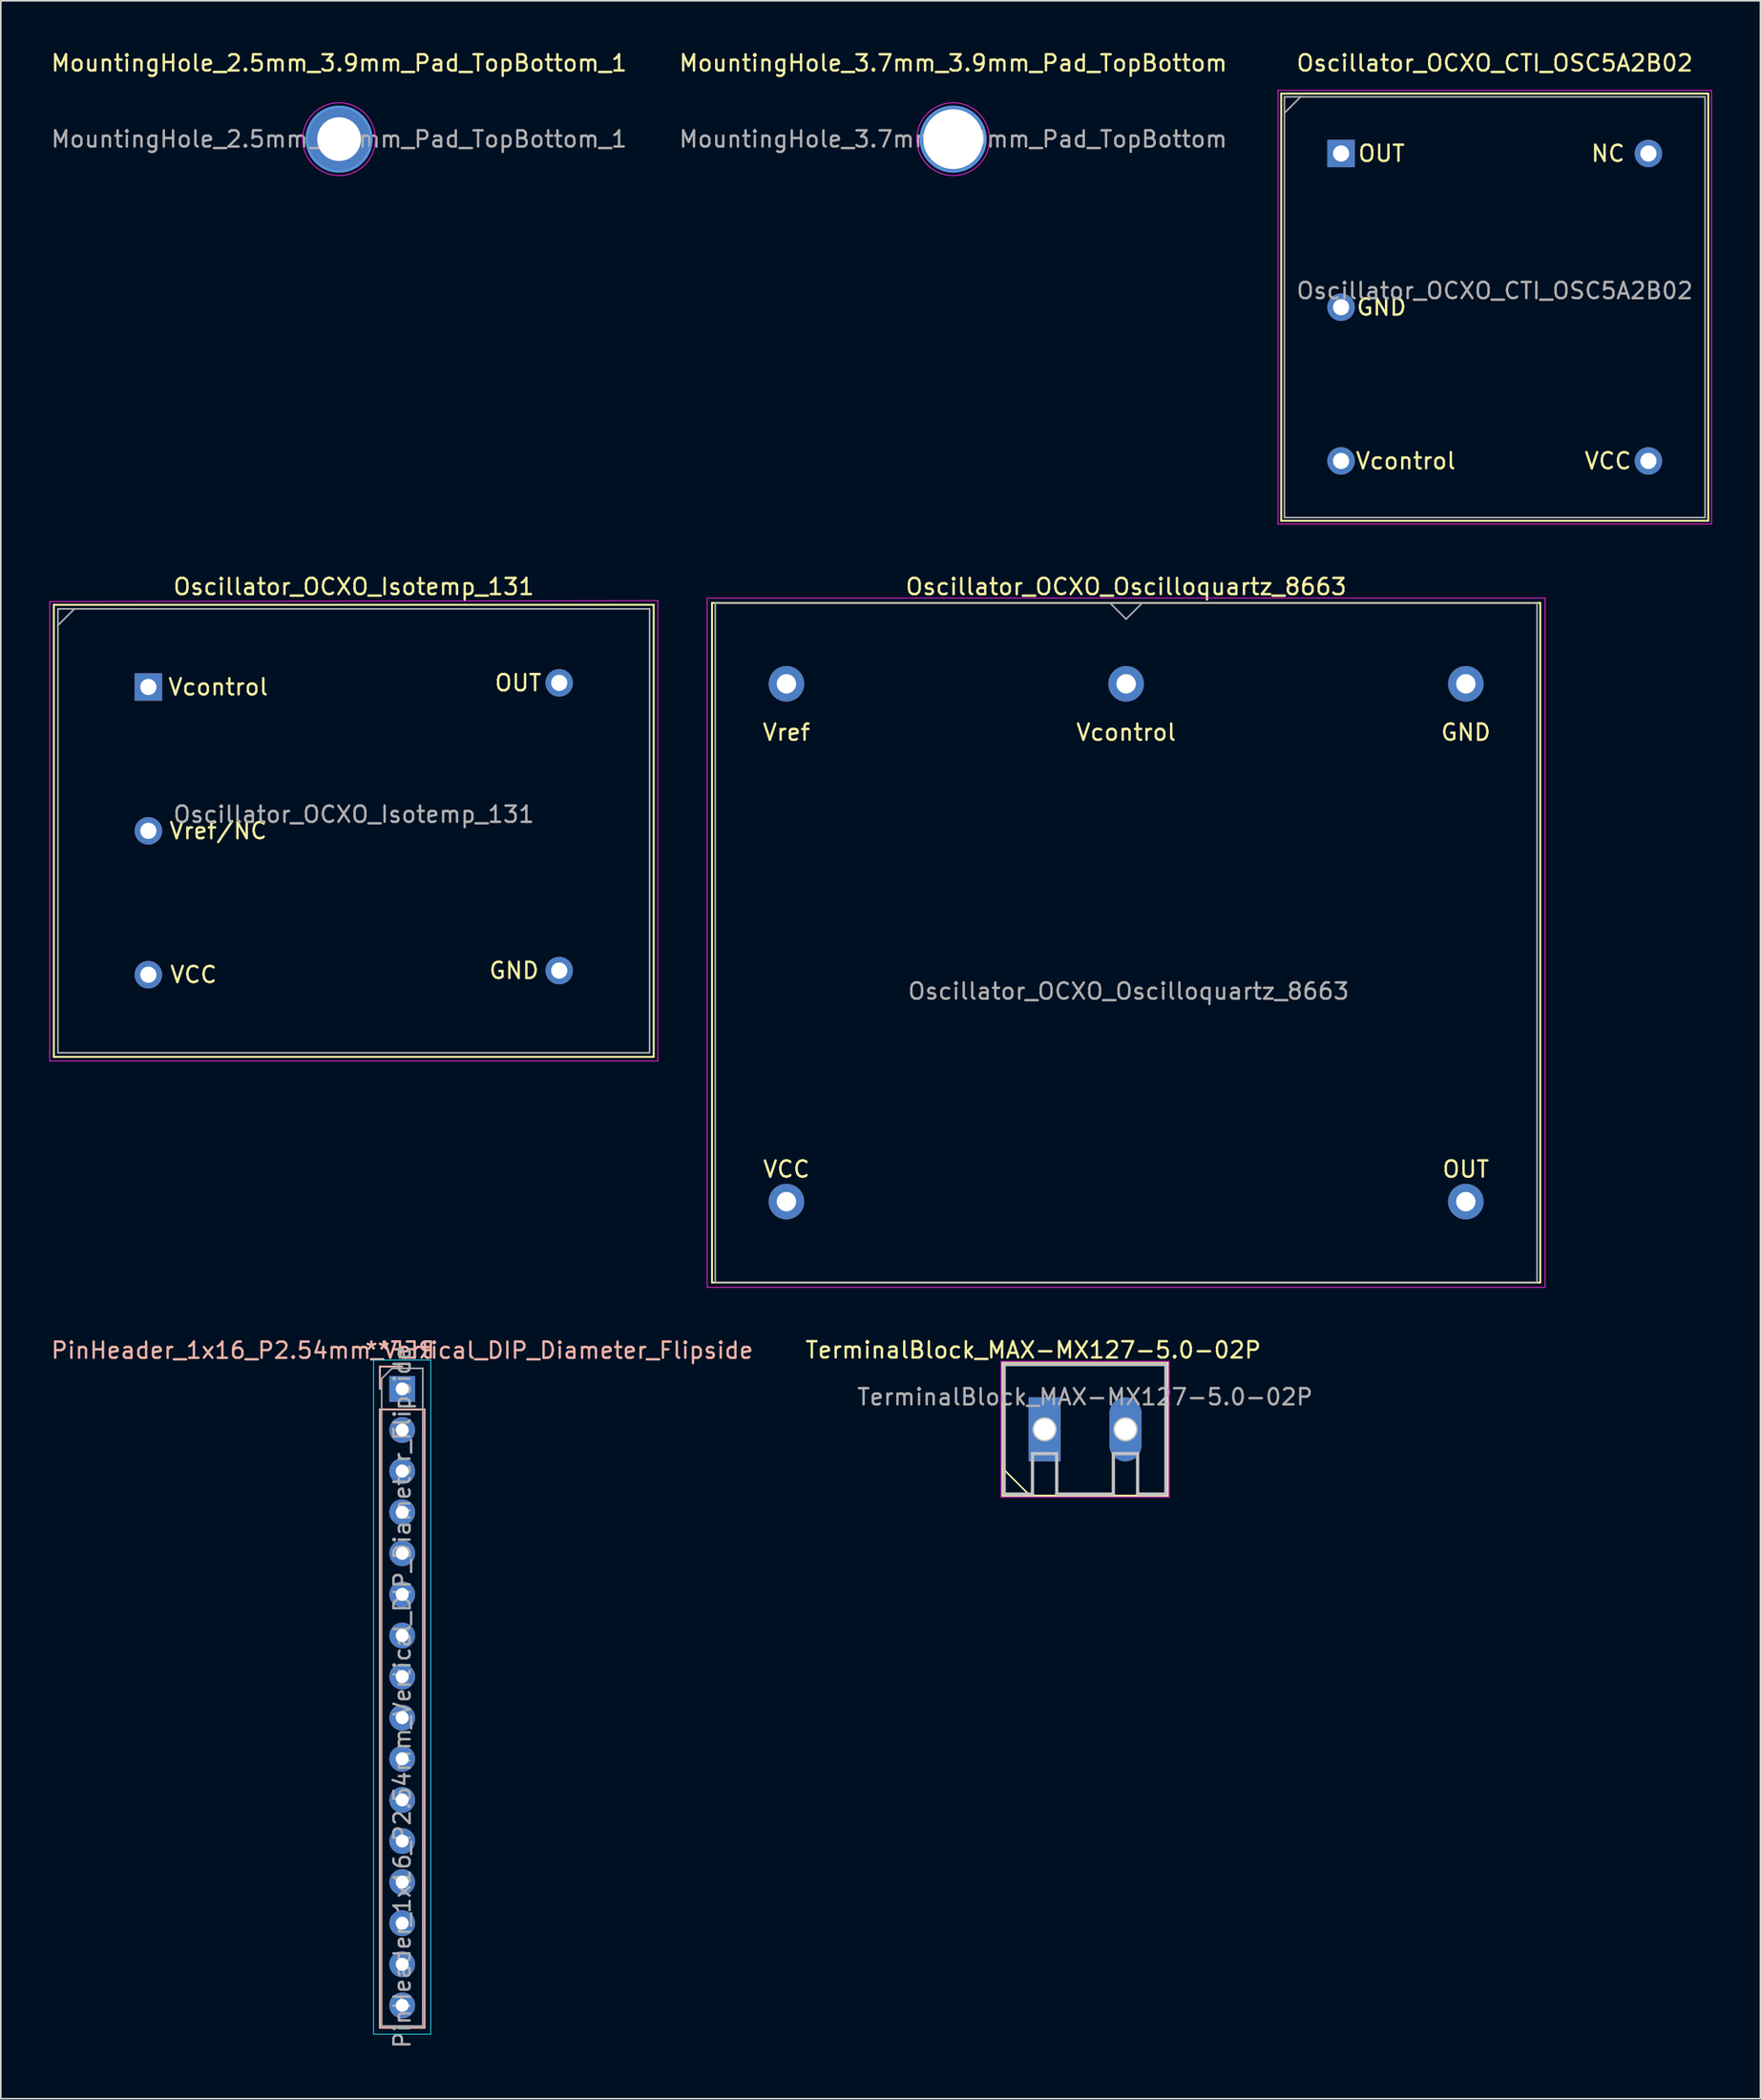
<source format=kicad_pcb>
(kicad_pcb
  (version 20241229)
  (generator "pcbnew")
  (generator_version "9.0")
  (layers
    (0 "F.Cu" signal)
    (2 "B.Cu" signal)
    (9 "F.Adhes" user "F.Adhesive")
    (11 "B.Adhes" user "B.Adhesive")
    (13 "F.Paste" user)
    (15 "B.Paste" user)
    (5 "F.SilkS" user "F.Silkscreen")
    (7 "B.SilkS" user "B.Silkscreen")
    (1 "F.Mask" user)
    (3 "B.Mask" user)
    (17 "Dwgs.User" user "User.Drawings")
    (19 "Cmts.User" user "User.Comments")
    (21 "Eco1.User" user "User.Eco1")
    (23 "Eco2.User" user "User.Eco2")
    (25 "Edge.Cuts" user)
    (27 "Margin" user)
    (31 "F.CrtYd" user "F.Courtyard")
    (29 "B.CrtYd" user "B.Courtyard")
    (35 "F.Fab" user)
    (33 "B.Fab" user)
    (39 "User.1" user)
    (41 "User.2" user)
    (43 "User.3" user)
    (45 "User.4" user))
  (footprint "Oscillator_OCXO_CTI_OSC5A2B02"
    (layer "F.Cu")
    (at 89.354 15.935)
    (property "Reference" "Oscillator_OCXO_CTI_OSC5A2B02" (at 0 -15.087 0) (layer "F.SilkS") (effects (font (size 1 1) (thickness 0.15))))
    (attr through_hole)
    (fp_line (start -13.2 -13.2) (end -13.2 13.2) (stroke (width 0.12) (type solid)) (layer "F.SilkS"))
    (fp_line (start -13.2 13.2) (end 13.2 13.2) (stroke (width 0.12) (type solid)) (layer "F.SilkS"))
    (fp_line (start 13.2 -13.2) (end -13.2 -13.2) (stroke (width 0.12) (type solid)) (layer "F.SilkS"))
    (fp_line (start 13.2 13.2) (end 13.2 -13.2) (stroke (width 0.12) (type solid)) (layer "F.SilkS"))
    (fp_line (start -13.4 -13.4) (end -13.4 13.4) (stroke (width 0.05) (type solid)) (layer "F.CrtYd"))
    (fp_line (start -13.4 -13.4) (end 13.4 -13.4) (stroke (width 0.05) (type solid)) (layer "F.CrtYd"))
    (fp_line (start 13.4 13.4) (end -13.4 13.4) (stroke (width 0.05) (type solid)) (layer "F.CrtYd"))
    (fp_line (start 13.4 13.4) (end 13.4 -13.4) (stroke (width 0.05) (type solid)) (layer "F.CrtYd"))
    (fp_line (start -13 -13) (end 13 -13) (stroke (width 0.1) (type solid)) (layer "F.Fab"))
    (fp_line (start -13 -12) (end -11.975 -13.025) (stroke (width 0.1) (type solid)) (layer "F.Fab"))
    (fp_line (start -13 13) (end -13 -13) (stroke (width 0.1) (type solid)) (layer "F.Fab"))
    (fp_line (start 13 -13) (end 13 13) (stroke (width 0.1) (type solid)) (layer "F.Fab"))
    (fp_line (start 13 13) (end -13 13) (stroke (width 0.1) (type solid)) (layer "F.Fab"))
    (fp_text user "VCC" (at 7 9.5 0) (layer "F.SilkS") (effects (font (size 1 1) (thickness 0.15))))
    (fp_text user "GND" (at -7 0 0) (layer "F.SilkS") (effects (font (size 1 1) (thickness 0.15))))
    (fp_text user "OUT" (at -7 -9.5 0) (layer "F.SilkS") (effects (font (size 1 1) (thickness 0.15))))
    (fp_text user "Vcontrol" (at -5.5 9.5 0) (layer "F.SilkS") (effects (font (size 1 1) (thickness 0.15))))
    (fp_text user "NC" (at 7 -9.5 0) (layer "F.SilkS") (effects (font (size 1 1) (thickness 0.15))))
    (fp_text user "${REFERENCE}" (at 0 -1.016 0) (layer "F.Fab") (effects (font (size 1 1) (thickness 0.15))))
    (pad "1" thru_hole rect (at -9.5 -9.5 270) (size 1.7 1.7) (drill 1) (layers "*.Cu" "*.Mask"))
    (pad "2" thru_hole circle (at -9.5 0 270) (size 1.7 1.7) (drill 1) (layers "*.Cu" "*.Mask"))
    (pad "3" thru_hole circle (at -9.5 9.5 270) (size 1.7 1.7) (drill 1) (layers "*.Cu" "*.Mask"))
    (pad "4" thru_hole circle (at 9.5 -9.5 270) (size 1.7 1.7) (drill 1) (layers "*.Cu" "*.Mask"))
    (pad "5" thru_hole circle (at 9.5 9.5 270) (size 1.7 1.7) (drill 1) (layers "*.Cu" "*.Mask")))
  (footprint "MountingHole_3.7mm_3.9mm_Pad_TopBottom"
    (layer "F.Cu")
    (at 55.875 5.548)
    (property "Reference" "MountingHole_3.7mm_3.9mm_Pad_TopBottom" (at 0 -4.7 0) (layer "F.SilkS") (effects (font (size 1 1) (thickness 0.15))))
    (attr exclude_from_pos_files exclude_from_bom)
    (fp_circle (center 0 0) (end 2 0) (stroke (width 0.15) (type solid)) (fill no) (layer "Cmts.User"))
    (fp_circle (center 0 0) (end 2.25 0) (stroke (width 0.05) (type solid)) (fill no) (layer "F.CrtYd"))
    (fp_text user "${REFERENCE}" (at 0 0 0) (layer "F.Fab") (effects (font (size 1 1) (thickness 0.15))))
    (pad "1" connect circle (at 0 0) (size 3.9 3.9) (layers "F.Cu" "F.Mask"))
    (pad "1" connect circle (at 0 0) (size 3.9 3.9) (layers "B.Cu" "B.Mask"))
    (pad "1" thru_hole circle (at 0 0) (size 4.1 4.1) (drill 3.7) (layers "*.Cu" "*.Mask")))
  (footprint "Oscillator_OCXO_Oscilloquartz_8663"
    (layer "F.Cu")
    (at 66.567 55.209)
    (property "Reference" "Oscillator_OCXO_Oscilloquartz_8663" (at 0 -22 0) (layer "F.SilkS") (effects (font (size 1 1) (thickness 0.15))))
    (attr through_hole)
    (fp_line (start -25.6 -21) (end -25.6 21) (stroke (width 0.12) (type solid)) (layer "F.SilkS"))
    (fp_line (start -25.6 21) (end 25.6 21) (stroke (width 0.12) (type solid)) (layer "F.SilkS"))
    (fp_line (start 25.6 -21) (end -25.6 -21) (stroke (width 0.12) (type solid)) (layer "F.SilkS"))
    (fp_line (start 25.6 21) (end 25.6 -21) (stroke (width 0.12) (type solid)) (layer "F.SilkS"))
    (fp_line (start -25.9 -21.3) (end -25.9 21.3) (stroke (width 0.05) (type solid)) (layer "F.CrtYd"))
    (fp_line (start -25.9 -21.3) (end 25.9 -21.3) (stroke (width 0.05) (type solid)) (layer "F.CrtYd"))
    (fp_line (start 25.9 21.3) (end -25.9 21.3) (stroke (width 0.05) (type solid)) (layer "F.CrtYd"))
    (fp_line (start 25.9 21.3) (end 25.9 -21.3) (stroke (width 0.05) (type solid)) (layer "F.CrtYd"))
    (fp_line (start -25.4 -21) (end 25.4 -21) (stroke (width 0.1) (type solid)) (layer "F.Fab"))
    (fp_line (start -25.4 21) (end -25.4 -21) (stroke (width 0.1) (type solid)) (layer "F.Fab"))
    (fp_line (start -1 -21) (end 0 -20) (stroke (width 0.1) (type solid)) (layer "F.Fab"))
    (fp_line (start 0 -20) (end 1 -21) (stroke (width 0.1) (type solid)) (layer "F.Fab"))
    (fp_line (start 25.4 -21) (end 25.4 21) (stroke (width 0.1) (type solid)) (layer "F.Fab"))
    (fp_line (start 25.4 21) (end -25.4 21) (stroke (width 0.1) (type solid)) (layer "F.Fab"))
    (fp_text user "VCC" (at -21 14 0) (layer "F.SilkS") (effects (font (size 1 1) (thickness 0.15))))
    (fp_text user "GND" (at 21 -13 0) (layer "F.SilkS") (effects (font (size 1 1) (thickness 0.15))))
    (fp_text user "Vref" (at -21 -13 0) (layer "F.SilkS") (effects (font (size 1 1) (thickness 0.15))))
    (fp_text user "OUT" (at 21 14 0) (layer "F.SilkS") (effects (font (size 1 1) (thickness 0.15))))
    (fp_text user "Vcontrol" (at 0 -13 0) (layer "F.SilkS") (effects (font (size 1 1) (thickness 0.15))))
    (fp_text user "${REFERENCE}" (at 0.15 3 0) (layer "F.Fab") (effects (font (size 1 1) (thickness 0.15))))
    (pad "1" thru_hole circle (at 21 -16) (size 2.2 2.2) (drill 1.2) (layers "*.Cu" "*.Mask"))
    (pad "2" thru_hole circle (at 0 -16) (size 2.2 2.2) (drill 1.2) (layers "*.Cu" "*.Mask"))
    (pad "3" thru_hole circle (at -21 -16) (size 2.2 2.2) (drill 1.2) (layers "*.Cu" "*.Mask"))
    (pad "4" thru_hole circle (at -21 16) (size 2.2 2.2) (drill 1.2) (layers "*.Cu" "*.Mask"))
    (pad "5" thru_hole circle (at 21 16) (size 2.2 2.2) (drill 1.2) (layers "*.Cu" "*.Mask")))
  (footprint "MountingHole_2.5mm_3.9mm_Pad_TopBottom_1"
    (layer "F.Cu")
    (at 17.911 5.548)
    (property "Reference" "MountingHole_2.5mm_3.9mm_Pad_TopBottom_1" (at 0 -4.7 0) (layer "F.SilkS") (effects (font (size 1 1) (thickness 0.15))))
    (attr exclude_from_pos_files exclude_from_bom)
    (fp_circle (center 0 0) (end 2 0) (stroke (width 0.15) (type solid)) (fill no) (layer "Cmts.User"))
    (fp_circle (center 0 0) (end 2.25 0) (stroke (width 0.05) (type solid)) (fill no) (layer "F.CrtYd"))
    (fp_text user "${REFERENCE}" (at 0 0 0) (layer "F.Fab") (effects (font (size 1 1) (thickness 0.15))))
    (pad "1" connect circle (at 0 0) (size 3.9 3.9) (layers "F.Cu" "F.Mask"))
    (pad "1" connect circle (at 0 0) (size 3.9 3.9) (layers "B.Cu" "B.Mask"))
    (pad "1" thru_hole circle (at 0 0) (size 4.1 4.1) (drill 2.7) (layers "*.Cu" "*.Mask")))
  (footprint "PinHeader_1x16_P2.54mm_Vertical_DIP_Diameter_Flipside"
    (layer "F.Cu")
    (at 21.815 82.784)
    (property "Reference" "PinHeader_1x16_P2.54mm_Vertical_DIP_Diameter_Flipside" (at 0 -2.38 0) (layer "B.SilkS") (effects (font (size 1 1) (thickness 0.15))))
    (attr through_hole)
    (fp_line (start -1.38 -1.38) (end 0 -1.38) (stroke (width 0.12) (type solid)) (layer "B.SilkS"))
    (fp_line (start -1.38 0) (end -1.38 -1.38) (stroke (width 0.12) (type solid)) (layer "B.SilkS"))
    (fp_line (start -1.38 1.27) (end -1.38 39.48) (stroke (width 0.12) (type solid)) (layer "B.SilkS"))
    (fp_line (start -1.38 1.27) (end 1.38 1.27) (stroke (width 0.12) (type solid)) (layer "B.SilkS"))
    (fp_line (start -1.38 39.48) (end 1.38 39.48) (stroke (width 0.12) (type solid)) (layer "B.SilkS"))
    (fp_line (start 1.38 1.27) (end 1.38 39.48) (stroke (width 0.12) (type solid)) (layer "B.SilkS"))
    (fp_line (start -1.77 -1.78) (end -1.77 39.88) (stroke (width 0.05) (type solid)) (layer "B.CrtYd"))
    (fp_line (start -1.77 39.88) (end 1.77 39.88) (stroke (width 0.05) (type solid)) (layer "B.CrtYd"))
    (fp_line (start 1.77 -1.78) (end -1.77 -1.78) (stroke (width 0.05) (type solid)) (layer "B.CrtYd"))
    (fp_line (start 1.77 39.88) (end 1.77 -1.78) (stroke (width 0.05) (type solid)) (layer "B.CrtYd"))
    (fp_line (start -1.27 -0.635) (end -0.635 -1.27) (stroke (width 0.1) (type solid)) (layer "F.Fab"))
    (fp_line (start -1.27 39.37) (end -1.27 -0.635) (stroke (width 0.1) (type solid)) (layer "F.Fab"))
    (fp_line (start -0.635 -1.27) (end 1.27 -1.27) (stroke (width 0.1) (type solid)) (layer "F.Fab"))
    (fp_line (start 1.27 -1.27) (end 1.27 39.37) (stroke (width 0.1) (type solid)) (layer "F.Fab"))
    (fp_line (start 1.27 39.37) (end -1.27 39.37) (stroke (width 0.1) (type solid)) (layer "F.Fab"))
    (fp_text user "REF**" (at 2.1 -1.8 0) (unlocked yes) (layer "B.SilkS") (effects (font (size 1 1) (thickness 0.15)) (justify left bottom mirror)))
    (fp_text user "${REFERENCE}" (at 0 19.05 90) (layer "F.Fab") (effects (font (size 1 1) (thickness 0.15))))
    (pad "1" thru_hole rect (at 0 0) (size 1.6 1.6) (drill 0.8) (layers "*.Cu" "*.Mask"))
    (pad "2" thru_hole circle (at 0 2.54) (size 1.6 1.6) (drill 0.8) (layers "*.Cu" "*.Mask"))
    (pad "3" thru_hole circle (at 0 5.08) (size 1.6 1.6) (drill 0.8) (layers "*.Cu" "*.Mask"))
    (pad "4" thru_hole circle (at 0 7.62) (size 1.6 1.6) (drill 0.8) (layers "*.Cu" "*.Mask"))
    (pad "5" thru_hole circle (at 0 10.16) (size 1.6 1.6) (drill 0.8) (layers "*.Cu" "*.Mask"))
    (pad "6" thru_hole circle (at 0 12.7) (size 1.6 1.6) (drill 0.8) (layers "*.Cu" "*.Mask"))
    (pad "7" thru_hole circle (at 0 15.24) (size 1.6 1.6) (drill 0.8) (layers "*.Cu" "*.Mask"))
    (pad "8" thru_hole circle (at 0 17.78) (size 1.6 1.6) (drill 0.8) (layers "*.Cu" "*.Mask"))
    (pad "9" thru_hole circle (at 0 20.32) (size 1.6 1.6) (drill 0.8) (layers "*.Cu" "*.Mask"))
    (pad "10" thru_hole circle (at 0 22.86) (size 1.6 1.6) (drill 0.8) (layers "*.Cu" "*.Mask"))
    (pad "11" thru_hole circle (at 0 25.4) (size 1.6 1.6) (drill 0.8) (layers "*.Cu" "*.Mask"))
    (pad "12" thru_hole circle (at 0 27.94) (size 1.6 1.6) (drill 0.8) (layers "*.Cu" "*.Mask"))
    (pad "13" thru_hole circle (at 0 30.48) (size 1.6 1.6) (drill 0.8) (layers "*.Cu" "*.Mask"))
    (pad "14" thru_hole circle (at 0 33.02) (size 1.6 1.6) (drill 0.8) (layers "*.Cu" "*.Mask"))
    (pad "15" thru_hole circle (at 0 35.56) (size 1.6 1.6) (drill 0.8) (layers "*.Cu" "*.Mask"))
    (pad "16" thru_hole circle (at 0 38.1) (size 1.6 1.6) (drill 0.8) (layers "*.Cu" "*.Mask")))
  (footprint "Oscillator_OCXO_Isotemp_131"
    (layer "F.Cu")
    (at 18.821 48.295)
    (property "Reference" "Oscillator_OCXO_Isotemp_131" (at 0 -15.087 0) (layer "F.SilkS") (effects (font (size 1 1) (thickness 0.15))))
    (attr through_hole)
    (fp_line (start -18.542 -13.97) (end -18.542 13.97) (stroke (width 0.12) (type solid)) (layer "F.SilkS"))
    (fp_line (start -18.542 13.97) (end 18.542 13.97) (stroke (width 0.12) (type solid)) (layer "F.SilkS"))
    (fp_line (start 18.542 -13.97) (end -18.542 -13.97) (stroke (width 0.12) (type solid)) (layer "F.SilkS"))
    (fp_line (start 18.542 13.97) (end 18.542 -13.97) (stroke (width 0.12) (type solid)) (layer "F.SilkS"))
    (fp_line (start -18.796 -14.167) (end -18.796 14.224) (stroke (width 0.05) (type solid)) (layer "F.CrtYd"))
    (fp_line (start -18.796 -14.167) (end 18.796 -14.224) (stroke (width 0.05) (type solid)) (layer "F.CrtYd"))
    (fp_line (start 18.796 14.224) (end -18.796 14.224) (stroke (width 0.05) (type solid)) (layer "F.CrtYd"))
    (fp_line (start 18.796 14.224) (end 18.796 -14.224) (stroke (width 0.05) (type solid)) (layer "F.CrtYd"))
    (fp_line (start -18.293 -12.695) (end -17.267 -13.72) (stroke (width 0.1) (type solid)) (layer "F.Fab"))
    (fp_line (start -18.288 -13.716) (end 18.288 -13.716) (stroke (width 0.1) (type solid)) (layer "F.Fab"))
    (fp_line (start -18.288 13.716) (end -18.288 -13.716) (stroke (width 0.1) (type solid)) (layer "F.Fab"))
    (fp_line (start 18.288 -13.716) (end 18.288 13.716) (stroke (width 0.1) (type solid)) (layer "F.Fab"))
    (fp_line (start 18.288 13.716) (end -18.288 13.716) (stroke (width 0.1) (type solid)) (layer "F.Fab"))
    (fp_text user "GND" (at 9.906 8.636 0) (layer "F.SilkS") (effects (font (size 1 1) (thickness 0.15))))
    (fp_text user "VCC" (at -9.906 8.89 0) (layer "F.SilkS") (effects (font (size 1 1) (thickness 0.15))))
    (fp_text user "Vcontrol" (at -8.382 -8.89 0) (layer "F.SilkS") (effects (font (size 1 1) (thickness 0.15))))
    (fp_text user "Vref/NC" (at -8.382 0 0) (layer "F.SilkS") (effects (font (size 1 1) (thickness 0.15))))
    (fp_text user "OUT" (at 10.16 -9.144 0) (layer "F.SilkS") (effects (font (size 1 1) (thickness 0.15))))
    (fp_text user "${REFERENCE}" (at 0 -1.016 0) (layer "F.Fab") (effects (font (size 1 1) (thickness 0.15))))
    (pad "1" thru_hole rect (at -12.7 -8.89 270) (size 1.7 1.7) (drill 1) (layers "*.Cu" "*.Mask"))
    (pad "2" thru_hole circle (at -12.7 0 270) (size 1.7 1.7) (drill 1) (layers "*.Cu" "*.Mask"))
    (pad "3" thru_hole circle (at -12.7 8.89 270) (size 1.7 1.7) (drill 1) (layers "*.Cu" "*.Mask"))
    (pad "4" thru_hole circle (at 12.7 -9.144 270) (size 1.7 1.7) (drill 1) (layers "*.Cu" "*.Mask"))
    (pad "5" thru_hole circle (at 12.7 8.636 270) (size 1.7 1.7) (drill 1) (layers "*.Cu" "*.Mask")))
  (footprint "TerminalBlock_MAX-MX127-5.0-02P"
    (layer "F.Cu")
    (at 61.527 85.282)
    (property "Reference" "TerminalBlock_MAX-MX127-5.0-02P" (at -0.7 -4.9 0) (layer "F.SilkS") (effects (font (size 1 1) (thickness 0.15))))
    (attr through_hole)
    (fp_line (start -2.6 -4.1) (end -2.6 4.1) (stroke (width 0.12) (type solid)) (layer "F.SilkS"))
    (fp_line (start -2.6 2.4) (end -0.9 4.1) (stroke (width 0.1) (type default)) (layer "F.SilkS"))
    (fp_line (start -2.6 4.1) (end 7.6 4.1) (stroke (width 0.12) (type solid)) (layer "F.SilkS"))
    (fp_line (start 7.6 -4.1) (end -2.6 -4.1) (stroke (width 0.12) (type solid)) (layer "F.SilkS"))
    (fp_line (start 7.6 4.1) (end 7.6 -4.1) (stroke (width 0.12) (type solid)) (layer "F.SilkS"))
    (fp_line (start -2.5 -4) (end -2.5 4) (stroke (width 0.2) (type solid)) (layer "Dwgs.User"))
    (fp_line (start -2.5 -4) (end 7.5 -4) (stroke (width 0.2) (type solid)) (layer "Dwgs.User"))
    (fp_line (start -2.5 4) (end -0.75 4) (stroke (width 0.2) (type solid)) (layer "Dwgs.User"))
    (fp_line (start -0.75 1.5) (end 0.75 1.5) (stroke (width 0.2) (type solid)) (layer "Dwgs.User"))
    (fp_line (start -0.75 4) (end -0.75 1.5) (stroke (width 0.2) (type solid)) (layer "Dwgs.User"))
    (fp_line (start 0.75 4) (end 0.75 1.5) (stroke (width 0.2) (type solid)) (layer "Dwgs.User"))
    (fp_line (start 0.75 4) (end 4.25 4) (stroke (width 0.2) (type solid)) (layer "Dwgs.User"))
    (fp_line (start 4.25 1.5) (end 5.75 1.5) (stroke (width 0.2) (type solid)) (layer "Dwgs.User"))
    (fp_line (start 4.25 4) (end 4.25 1.5) (stroke (width 0.2) (type solid)) (layer "Dwgs.User"))
    (fp_line (start 5.75 4) (end 5.75 1.5) (stroke (width 0.2) (type solid)) (layer "Dwgs.User"))
    (fp_line (start 5.75 4) (end 7.5 4) (stroke (width 0.2) (type solid)) (layer "Dwgs.User"))
    (fp_line (start 7.5 -4) (end 7.5 4) (stroke (width 0.2) (type solid)) (layer "Dwgs.User"))
    (fp_circle (center 0 0) (end 0.65 0) (stroke (width 0.2) (type solid)) (fill no) (layer "Dwgs.User"))
    (fp_circle (center 5 0) (end 5.65 0) (stroke (width 0.2) (type solid)) (fill no) (layer "Dwgs.User"))
    (fp_line (start -2.7 -4.2) (end -2.7 4.2) (stroke (width 0.05) (type solid)) (layer "F.CrtYd"))
    (fp_line (start -2.7 -4.2) (end 7.7 -4.2) (stroke (width 0.05) (type solid)) (layer "F.CrtYd"))
    (fp_line (start 7.7 4.2) (end -2.7 4.2) (stroke (width 0.05) (type solid)) (layer "F.CrtYd"))
    (fp_line (start 7.7 4.2) (end 7.7 -4.2) (stroke (width 0.05) (type solid)) (layer "F.CrtYd"))
    (fp_text user "${REFERENCE}" (at 2.5 -2 0) (layer "F.Fab") (effects (font (size 1 1) (thickness 0.15))))
    (pad "1" thru_hole rect (at 0 0) (size 1.98 3.96) (drill 1.32) (layers "*.Cu" "*.Mask"))
    (pad "2" thru_hole oval (at 5 0) (size 1.98 3.96) (drill 1.32) (layers "*.Cu" "*.Mask")))
  (gr_rect
    (start -3 -3)
    (end 105.779 126.649)
    (stroke (width 0.1) (type default))
    (fill no)
    (layer "Edge.Cuts")))
</source>
